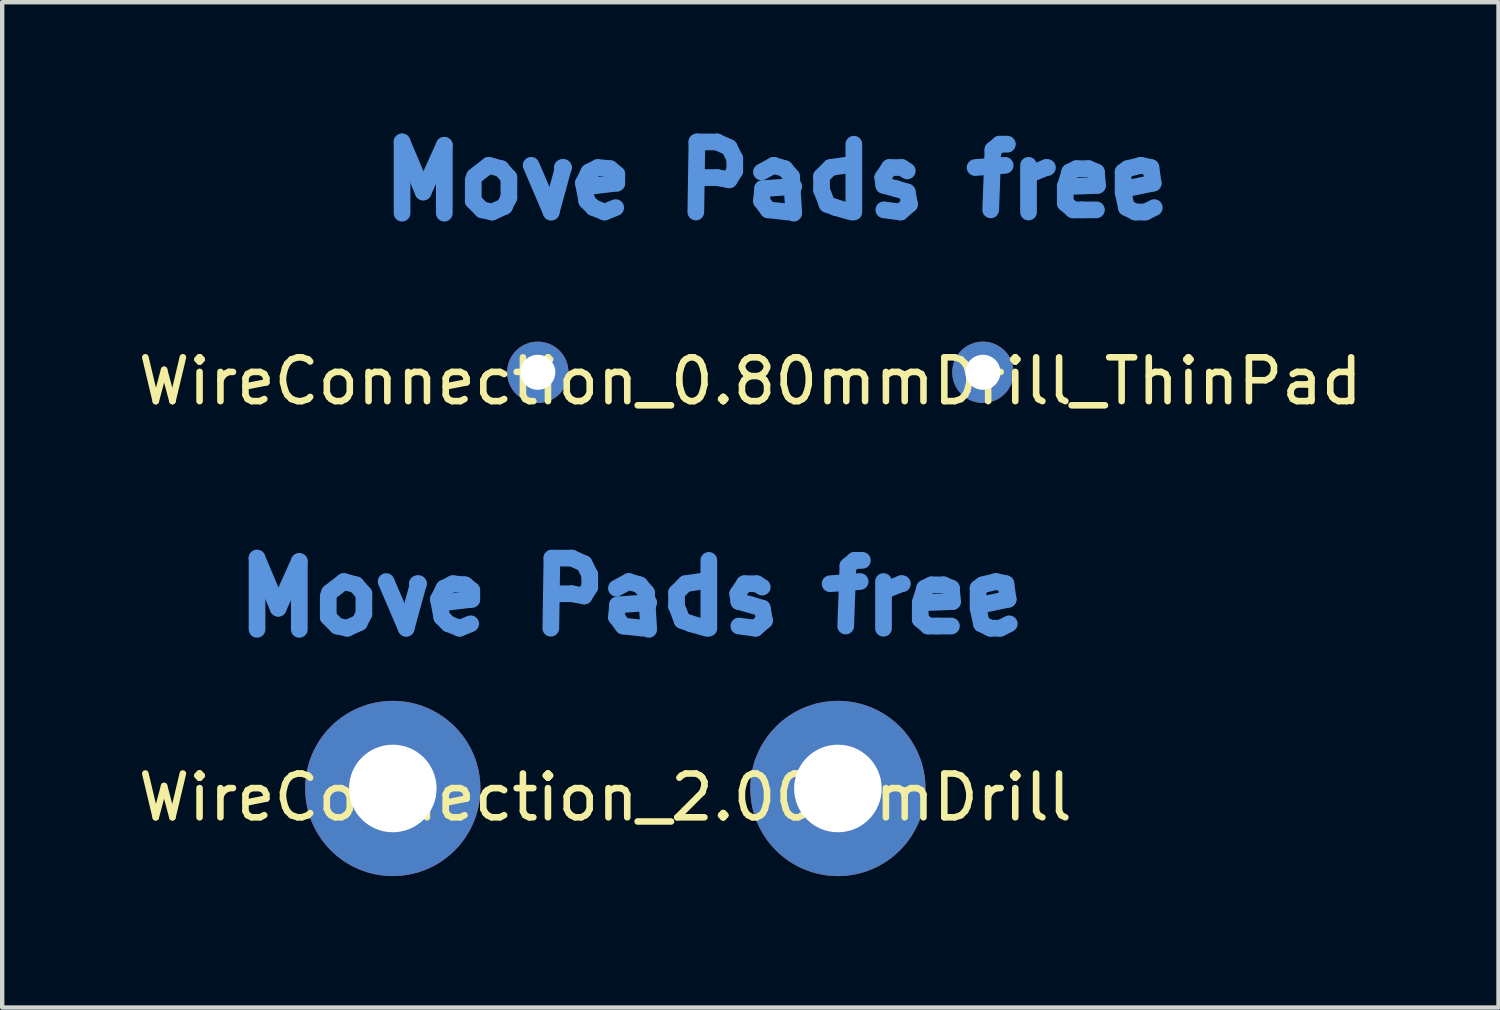
<source format=kicad_pcb>
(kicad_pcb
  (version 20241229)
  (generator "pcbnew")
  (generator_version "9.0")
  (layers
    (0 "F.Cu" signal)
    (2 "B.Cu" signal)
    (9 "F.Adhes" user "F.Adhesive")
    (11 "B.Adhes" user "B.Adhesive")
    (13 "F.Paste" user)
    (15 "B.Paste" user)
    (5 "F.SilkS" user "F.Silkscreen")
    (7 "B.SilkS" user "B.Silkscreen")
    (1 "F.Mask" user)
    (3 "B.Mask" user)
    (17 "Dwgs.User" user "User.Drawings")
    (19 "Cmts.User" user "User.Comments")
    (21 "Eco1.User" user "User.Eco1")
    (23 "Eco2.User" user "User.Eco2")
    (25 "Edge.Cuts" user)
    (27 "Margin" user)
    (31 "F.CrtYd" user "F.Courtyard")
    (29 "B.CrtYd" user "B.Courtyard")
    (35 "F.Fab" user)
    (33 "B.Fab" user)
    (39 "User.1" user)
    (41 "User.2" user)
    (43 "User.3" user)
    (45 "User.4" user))
  (footprint "WireConnection_2.00mmDrill"
    (layer "F.Cu")
    (at 5.916 14.948)
    (property "Reference" "WireConnection_2.00mmDrill" (at 4.851 0.203 0) (layer "F.SilkS") (effects (font (size 1 1) (thickness 0.15))))
    (attr through_hole)
    (fp_line (start -3.099 -5.258) (end -2.616 -4.115) (stroke (width 0.381) (type solid)) (layer "Cmts.User"))
    (fp_line (start -3.099 -3.632) (end -3.099 -5.258) (stroke (width 0.381) (type solid)) (layer "Cmts.User"))
    (fp_line (start -2.616 -4.115) (end -2.134 -5.182) (stroke (width 0.381) (type solid)) (layer "Cmts.User"))
    (fp_line (start -2.134 -5.182) (end -2.134 -3.632) (stroke (width 0.381) (type solid)) (layer "Cmts.User"))
    (fp_line (start -1.473 -4.394) (end -1.473 -3.912) (stroke (width 0.381) (type solid)) (layer "Cmts.User"))
    (fp_line (start -1.473 -3.912) (end -1.27 -3.708) (stroke (width 0.381) (type solid)) (layer "Cmts.User"))
    (fp_line (start -1.27 -3.708) (end -1.041 -3.658) (stroke (width 0.381) (type solid)) (layer "Cmts.User"))
    (fp_line (start -1.118 -4.724) (end -1.448 -4.47) (stroke (width 0.381) (type solid)) (layer "Cmts.User"))
    (fp_line (start -1.041 -3.658) (end -0.762 -3.785) (stroke (width 0.381) (type solid)) (layer "Cmts.User"))
    (fp_line (start -0.838 -4.648) (end -1.118 -4.724) (stroke (width 0.381) (type solid)) (layer "Cmts.User"))
    (fp_line (start -0.762 -3.785) (end -0.66 -3.988) (stroke (width 0.381) (type solid)) (layer "Cmts.User"))
    (fp_line (start -0.66 -4.445) (end -0.838 -4.648) (stroke (width 0.381) (type solid)) (layer "Cmts.User"))
    (fp_line (start -0.66 -3.988) (end -0.66 -4.445) (stroke (width 0.381) (type solid)) (layer "Cmts.User"))
    (fp_line (start -0.152 -4.724) (end 0.305 -3.658) (stroke (width 0.381) (type solid)) (layer "Cmts.User"))
    (fp_line (start 0.305 -3.658) (end 0.584 -4.674) (stroke (width 0.381) (type solid)) (layer "Cmts.User"))
    (fp_line (start 0.584 -4.674) (end 0.559 -4.674) (stroke (width 0.381) (type solid)) (layer "Cmts.User"))
    (fp_line (start 1.041 -4.318) (end 1.168 -4.572) (stroke (width 0.381) (type solid)) (layer "Cmts.User"))
    (fp_line (start 1.118 -3.912) (end 1.041 -4.318) (stroke (width 0.381) (type solid)) (layer "Cmts.User"))
    (fp_line (start 1.168 -4.572) (end 1.372 -4.674) (stroke (width 0.381) (type solid)) (layer "Cmts.User"))
    (fp_line (start 1.27 -3.759) (end 1.118 -3.912) (stroke (width 0.381) (type solid)) (layer "Cmts.User"))
    (fp_line (start 1.372 -4.674) (end 1.651 -4.648) (stroke (width 0.381) (type solid)) (layer "Cmts.User"))
    (fp_line (start 1.524 -3.658) (end 1.27 -3.759) (stroke (width 0.381) (type solid)) (layer "Cmts.User"))
    (fp_line (start 1.651 -4.648) (end 1.803 -4.521) (stroke (width 0.381) (type solid)) (layer "Cmts.User"))
    (fp_line (start 1.778 -3.759) (end 1.524 -3.658) (stroke (width 0.381) (type solid)) (layer "Cmts.User"))
    (fp_line (start 1.803 -4.521) (end 1.803 -4.318) (stroke (width 0.381) (type solid)) (layer "Cmts.User"))
    (fp_line (start 1.803 -4.318) (end 1.168 -4.242) (stroke (width 0.381) (type solid)) (layer "Cmts.User"))
    (fp_line (start 3.607 -3.658) (end 3.632 -5.258) (stroke (width 0.381) (type solid)) (layer "Cmts.User"))
    (fp_line (start 3.632 -5.258) (end 4.089 -5.258) (stroke (width 0.381) (type solid)) (layer "Cmts.User"))
    (fp_line (start 4.089 -5.258) (end 4.369 -5.131) (stroke (width 0.381) (type solid)) (layer "Cmts.User"))
    (fp_line (start 4.089 -4.445) (end 3.632 -4.445) (stroke (width 0.381) (type solid)) (layer "Cmts.User"))
    (fp_line (start 4.369 -5.131) (end 4.496 -4.877) (stroke (width 0.381) (type solid)) (layer "Cmts.User"))
    (fp_line (start 4.369 -4.394) (end 4.089 -4.445) (stroke (width 0.381) (type solid)) (layer "Cmts.User"))
    (fp_line (start 4.496 -4.877) (end 4.496 -4.597) (stroke (width 0.381) (type solid)) (layer "Cmts.User"))
    (fp_line (start 4.496 -4.597) (end 4.369 -4.394) (stroke (width 0.381) (type solid)) (layer "Cmts.User"))
    (fp_line (start 5.105 -4.572) (end 5.385 -4.724) (stroke (width 0.381) (type solid)) (layer "Cmts.User"))
    (fp_line (start 5.105 -3.912) (end 5.131 -4.191) (stroke (width 0.381) (type solid)) (layer "Cmts.User"))
    (fp_line (start 5.131 -4.191) (end 5.842 -4.242) (stroke (width 0.381) (type solid)) (layer "Cmts.User"))
    (fp_line (start 5.258 -3.708) (end 5.105 -3.912) (stroke (width 0.381) (type solid)) (layer "Cmts.User"))
    (fp_line (start 5.385 -4.724) (end 5.639 -4.648) (stroke (width 0.381) (type solid)) (layer "Cmts.User"))
    (fp_line (start 5.639 -4.648) (end 5.791 -4.47) (stroke (width 0.381) (type solid)) (layer "Cmts.User"))
    (fp_line (start 5.715 -3.658) (end 5.258 -3.708) (stroke (width 0.381) (type solid)) (layer "Cmts.User"))
    (fp_line (start 5.791 -4.47) (end 5.842 -3.632) (stroke (width 0.381) (type solid)) (layer "Cmts.User"))
    (fp_line (start 6.477 -4.47) (end 6.68 -4.674) (stroke (width 0.381) (type solid)) (layer "Cmts.User"))
    (fp_line (start 6.477 -4.166) (end 6.477 -4.47) (stroke (width 0.381) (type solid)) (layer "Cmts.User"))
    (fp_line (start 6.604 -3.835) (end 6.477 -4.166) (stroke (width 0.381) (type solid)) (layer "Cmts.User"))
    (fp_line (start 6.68 -4.674) (end 7.01 -4.724) (stroke (width 0.381) (type solid)) (layer "Cmts.User"))
    (fp_line (start 6.807 -3.759) (end 6.604 -3.835) (stroke (width 0.381) (type solid)) (layer "Cmts.User"))
    (fp_line (start 7.163 -3.658) (end 6.807 -3.759) (stroke (width 0.381) (type solid)) (layer "Cmts.User"))
    (fp_line (start 7.214 -5.207) (end 7.214 -3.658) (stroke (width 0.381) (type solid)) (layer "Cmts.User"))
    (fp_line (start 7.874 -4.445) (end 7.899 -4.267) (stroke (width 0.381) (type solid)) (layer "Cmts.User"))
    (fp_line (start 7.899 -4.267) (end 8.179 -4.191) (stroke (width 0.381) (type solid)) (layer "Cmts.User"))
    (fp_line (start 8.026 -4.674) (end 7.874 -4.445) (stroke (width 0.381) (type solid)) (layer "Cmts.User"))
    (fp_line (start 8.179 -4.191) (end 8.433 -4.115) (stroke (width 0.381) (type solid)) (layer "Cmts.User"))
    (fp_line (start 8.28 -3.658) (end 7.899 -3.708) (stroke (width 0.381) (type solid)) (layer "Cmts.User"))
    (fp_line (start 8.306 -4.674) (end 8.026 -4.674) (stroke (width 0.381) (type solid)) (layer "Cmts.User"))
    (fp_line (start 8.433 -4.597) (end 8.306 -4.674) (stroke (width 0.381) (type solid)) (layer "Cmts.User"))
    (fp_line (start 8.433 -4.115) (end 8.484 -3.835) (stroke (width 0.381) (type solid)) (layer "Cmts.User"))
    (fp_line (start 8.484 -3.835) (end 8.28 -3.658) (stroke (width 0.381) (type solid)) (layer "Cmts.User"))
    (fp_line (start 9.982 -4.674) (end 10.668 -4.724) (stroke (width 0.381) (type solid)) (layer "Cmts.User"))
    (fp_line (start 10.389 -5.08) (end 10.338 -3.708) (stroke (width 0.381) (type solid)) (layer "Cmts.User"))
    (fp_line (start 10.541 -5.207) (end 10.389 -5.08) (stroke (width 0.381) (type solid)) (layer "Cmts.User"))
    (fp_line (start 10.719 -5.207) (end 10.541 -5.207) (stroke (width 0.381) (type solid)) (layer "Cmts.User"))
    (fp_line (start 11.201 -4.724) (end 11.201 -3.658) (stroke (width 0.381) (type solid)) (layer "Cmts.User"))
    (fp_line (start 11.227 -4.521) (end 11.608 -4.674) (stroke (width 0.381) (type solid)) (layer "Cmts.User"))
    (fp_line (start 11.608 -4.674) (end 11.633 -4.674) (stroke (width 0.381) (type solid)) (layer "Cmts.User"))
    (fp_line (start 12.04 -4.242) (end 12.141 -4.572) (stroke (width 0.381) (type solid)) (layer "Cmts.User"))
    (fp_line (start 12.04 -3.861) (end 12.04 -4.242) (stroke (width 0.381) (type solid)) (layer "Cmts.User"))
    (fp_line (start 12.141 -4.572) (end 12.294 -4.648) (stroke (width 0.381) (type solid)) (layer "Cmts.User"))
    (fp_line (start 12.217 -3.708) (end 12.04 -3.861) (stroke (width 0.381) (type solid)) (layer "Cmts.User"))
    (fp_line (start 12.294 -4.648) (end 12.573 -4.648) (stroke (width 0.381) (type solid)) (layer "Cmts.User"))
    (fp_line (start 12.421 -3.708) (end 12.217 -3.708) (stroke (width 0.381) (type solid)) (layer "Cmts.User"))
    (fp_line (start 12.573 -4.648) (end 12.751 -4.572) (stroke (width 0.381) (type solid)) (layer "Cmts.User"))
    (fp_line (start 12.751 -4.572) (end 12.776 -4.267) (stroke (width 0.381) (type solid)) (layer "Cmts.User"))
    (fp_line (start 12.751 -3.708) (end 12.421 -3.708) (stroke (width 0.381) (type solid)) (layer "Cmts.User"))
    (fp_line (start 12.776 -4.267) (end 12.141 -4.242) (stroke (width 0.381) (type solid)) (layer "Cmts.User"))
    (fp_line (start 13.36 -4.572) (end 13.462 -4.648) (stroke (width 0.381) (type solid)) (layer "Cmts.User"))
    (fp_line (start 13.36 -4.115) (end 13.36 -4.572) (stroke (width 0.381) (type solid)) (layer "Cmts.User"))
    (fp_line (start 13.437 -4.191) (end 13.437 -4.242) (stroke (width 0.381) (type solid)) (layer "Cmts.User"))
    (fp_line (start 13.437 -3.759) (end 13.36 -4.115) (stroke (width 0.381) (type solid)) (layer "Cmts.User"))
    (fp_line (start 13.462 -4.648) (end 13.767 -4.724) (stroke (width 0.381) (type solid)) (layer "Cmts.User"))
    (fp_line (start 13.64 -3.658) (end 13.437 -3.759) (stroke (width 0.381) (type solid)) (layer "Cmts.User"))
    (fp_line (start 13.767 -4.724) (end 13.995 -4.674) (stroke (width 0.381) (type solid)) (layer "Cmts.User"))
    (fp_line (start 13.868 -3.658) (end 13.64 -3.658) (stroke (width 0.381) (type solid)) (layer "Cmts.User"))
    (fp_line (start 13.995 -4.674) (end 14.046 -4.318) (stroke (width 0.381) (type solid)) (layer "Cmts.User"))
    (fp_line (start 14.046 -4.318) (end 13.437 -4.191) (stroke (width 0.381) (type solid)) (layer "Cmts.User"))
    (fp_line (start 14.072 -3.759) (end 13.868 -3.658) (stroke (width 0.381) (type solid)) (layer "Cmts.User"))
    (pad "1" thru_hole circle (at 0 0) (size 4 4) (drill 1.999) (layers "*.Cu" "*.Mask"))
    (pad "2" thru_hole circle (at 10.16 0) (size 4 4) (drill 1.999) (layers "*.Cu" "*.Mask")))
  (footprint "WireConnection_0.80mmDrill_ThinPad"
    (layer "F.Cu")
    (at 9.226 5.448)
    (property "Reference" "WireConnection_0.80mmDrill_ThinPad" (at 4.851 0.203 0) (layer "F.SilkS") (effects (font (size 1 1) (thickness 0.15))))
    (attr through_hole)
    (fp_line (start -3.099 -5.258) (end -2.616 -4.115) (stroke (width 0.381) (type solid)) (layer "Cmts.User"))
    (fp_line (start -3.099 -3.632) (end -3.099 -5.258) (stroke (width 0.381) (type solid)) (layer "Cmts.User"))
    (fp_line (start -2.616 -4.115) (end -2.134 -5.182) (stroke (width 0.381) (type solid)) (layer "Cmts.User"))
    (fp_line (start -2.134 -5.182) (end -2.134 -3.632) (stroke (width 0.381) (type solid)) (layer "Cmts.User"))
    (fp_line (start -1.473 -4.394) (end -1.473 -3.912) (stroke (width 0.381) (type solid)) (layer "Cmts.User"))
    (fp_line (start -1.473 -3.912) (end -1.27 -3.708) (stroke (width 0.381) (type solid)) (layer "Cmts.User"))
    (fp_line (start -1.27 -3.708) (end -1.041 -3.658) (stroke (width 0.381) (type solid)) (layer "Cmts.User"))
    (fp_line (start -1.118 -4.724) (end -1.448 -4.47) (stroke (width 0.381) (type solid)) (layer "Cmts.User"))
    (fp_line (start -1.041 -3.658) (end -0.762 -3.785) (stroke (width 0.381) (type solid)) (layer "Cmts.User"))
    (fp_line (start -0.838 -4.648) (end -1.118 -4.724) (stroke (width 0.381) (type solid)) (layer "Cmts.User"))
    (fp_line (start -0.762 -3.785) (end -0.66 -3.988) (stroke (width 0.381) (type solid)) (layer "Cmts.User"))
    (fp_line (start -0.66 -4.445) (end -0.838 -4.648) (stroke (width 0.381) (type solid)) (layer "Cmts.User"))
    (fp_line (start -0.66 -3.988) (end -0.66 -4.445) (stroke (width 0.381) (type solid)) (layer "Cmts.User"))
    (fp_line (start -0.152 -4.724) (end 0.305 -3.658) (stroke (width 0.381) (type solid)) (layer "Cmts.User"))
    (fp_line (start 0.305 -3.658) (end 0.584 -4.674) (stroke (width 0.381) (type solid)) (layer "Cmts.User"))
    (fp_line (start 0.584 -4.674) (end 0.559 -4.674) (stroke (width 0.381) (type solid)) (layer "Cmts.User"))
    (fp_line (start 1.041 -4.318) (end 1.168 -4.572) (stroke (width 0.381) (type solid)) (layer "Cmts.User"))
    (fp_line (start 1.118 -3.912) (end 1.041 -4.318) (stroke (width 0.381) (type solid)) (layer "Cmts.User"))
    (fp_line (start 1.168 -4.572) (end 1.372 -4.674) (stroke (width 0.381) (type solid)) (layer "Cmts.User"))
    (fp_line (start 1.27 -3.759) (end 1.118 -3.912) (stroke (width 0.381) (type solid)) (layer "Cmts.User"))
    (fp_line (start 1.372 -4.674) (end 1.651 -4.648) (stroke (width 0.381) (type solid)) (layer "Cmts.User"))
    (fp_line (start 1.524 -3.658) (end 1.27 -3.759) (stroke (width 0.381) (type solid)) (layer "Cmts.User"))
    (fp_line (start 1.651 -4.648) (end 1.803 -4.521) (stroke (width 0.381) (type solid)) (layer "Cmts.User"))
    (fp_line (start 1.778 -3.759) (end 1.524 -3.658) (stroke (width 0.381) (type solid)) (layer "Cmts.User"))
    (fp_line (start 1.803 -4.521) (end 1.803 -4.318) (stroke (width 0.381) (type solid)) (layer "Cmts.User"))
    (fp_line (start 1.803 -4.318) (end 1.168 -4.242) (stroke (width 0.381) (type solid)) (layer "Cmts.User"))
    (fp_line (start 3.607 -3.658) (end 3.632 -5.258) (stroke (width 0.381) (type solid)) (layer "Cmts.User"))
    (fp_line (start 3.632 -5.258) (end 4.089 -5.258) (stroke (width 0.381) (type solid)) (layer "Cmts.User"))
    (fp_line (start 4.089 -5.258) (end 4.369 -5.131) (stroke (width 0.381) (type solid)) (layer "Cmts.User"))
    (fp_line (start 4.089 -4.445) (end 3.632 -4.445) (stroke (width 0.381) (type solid)) (layer "Cmts.User"))
    (fp_line (start 4.369 -5.131) (end 4.496 -4.877) (stroke (width 0.381) (type solid)) (layer "Cmts.User"))
    (fp_line (start 4.369 -4.394) (end 4.089 -4.445) (stroke (width 0.381) (type solid)) (layer "Cmts.User"))
    (fp_line (start 4.496 -4.877) (end 4.496 -4.597) (stroke (width 0.381) (type solid)) (layer "Cmts.User"))
    (fp_line (start 4.496 -4.597) (end 4.369 -4.394) (stroke (width 0.381) (type solid)) (layer "Cmts.User"))
    (fp_line (start 5.105 -4.572) (end 5.385 -4.724) (stroke (width 0.381) (type solid)) (layer "Cmts.User"))
    (fp_line (start 5.105 -3.912) (end 5.131 -4.191) (stroke (width 0.381) (type solid)) (layer "Cmts.User"))
    (fp_line (start 5.131 -4.191) (end 5.842 -4.242) (stroke (width 0.381) (type solid)) (layer "Cmts.User"))
    (fp_line (start 5.258 -3.708) (end 5.105 -3.912) (stroke (width 0.381) (type solid)) (layer "Cmts.User"))
    (fp_line (start 5.385 -4.724) (end 5.639 -4.648) (stroke (width 0.381) (type solid)) (layer "Cmts.User"))
    (fp_line (start 5.639 -4.648) (end 5.791 -4.47) (stroke (width 0.381) (type solid)) (layer "Cmts.User"))
    (fp_line (start 5.715 -3.658) (end 5.258 -3.708) (stroke (width 0.381) (type solid)) (layer "Cmts.User"))
    (fp_line (start 5.791 -4.47) (end 5.842 -3.632) (stroke (width 0.381) (type solid)) (layer "Cmts.User"))
    (fp_line (start 6.477 -4.47) (end 6.68 -4.674) (stroke (width 0.381) (type solid)) (layer "Cmts.User"))
    (fp_line (start 6.477 -4.166) (end 6.477 -4.47) (stroke (width 0.381) (type solid)) (layer "Cmts.User"))
    (fp_line (start 6.604 -3.835) (end 6.477 -4.166) (stroke (width 0.381) (type solid)) (layer "Cmts.User"))
    (fp_line (start 6.68 -4.674) (end 7.01 -4.724) (stroke (width 0.381) (type solid)) (layer "Cmts.User"))
    (fp_line (start 6.807 -3.759) (end 6.604 -3.835) (stroke (width 0.381) (type solid)) (layer "Cmts.User"))
    (fp_line (start 7.163 -3.658) (end 6.807 -3.759) (stroke (width 0.381) (type solid)) (layer "Cmts.User"))
    (fp_line (start 7.214 -5.207) (end 7.214 -3.658) (stroke (width 0.381) (type solid)) (layer "Cmts.User"))
    (fp_line (start 7.874 -4.445) (end 7.899 -4.267) (stroke (width 0.381) (type solid)) (layer "Cmts.User"))
    (fp_line (start 7.899 -4.267) (end 8.179 -4.191) (stroke (width 0.381) (type solid)) (layer "Cmts.User"))
    (fp_line (start 8.026 -4.674) (end 7.874 -4.445) (stroke (width 0.381) (type solid)) (layer "Cmts.User"))
    (fp_line (start 8.179 -4.191) (end 8.433 -4.115) (stroke (width 0.381) (type solid)) (layer "Cmts.User"))
    (fp_line (start 8.28 -3.658) (end 7.899 -3.708) (stroke (width 0.381) (type solid)) (layer "Cmts.User"))
    (fp_line (start 8.306 -4.674) (end 8.026 -4.674) (stroke (width 0.381) (type solid)) (layer "Cmts.User"))
    (fp_line (start 8.433 -4.597) (end 8.306 -4.674) (stroke (width 0.381) (type solid)) (layer "Cmts.User"))
    (fp_line (start 8.433 -4.115) (end 8.484 -3.835) (stroke (width 0.381) (type solid)) (layer "Cmts.User"))
    (fp_line (start 8.484 -3.835) (end 8.28 -3.658) (stroke (width 0.381) (type solid)) (layer "Cmts.User"))
    (fp_line (start 9.982 -4.674) (end 10.668 -4.724) (stroke (width 0.381) (type solid)) (layer "Cmts.User"))
    (fp_line (start 10.389 -5.08) (end 10.338 -3.708) (stroke (width 0.381) (type solid)) (layer "Cmts.User"))
    (fp_line (start 10.541 -5.207) (end 10.389 -5.08) (stroke (width 0.381) (type solid)) (layer "Cmts.User"))
    (fp_line (start 10.719 -5.207) (end 10.541 -5.207) (stroke (width 0.381) (type solid)) (layer "Cmts.User"))
    (fp_line (start 11.201 -4.724) (end 11.201 -3.658) (stroke (width 0.381) (type solid)) (layer "Cmts.User"))
    (fp_line (start 11.227 -4.521) (end 11.608 -4.674) (stroke (width 0.381) (type solid)) (layer "Cmts.User"))
    (fp_line (start 11.608 -4.674) (end 11.633 -4.674) (stroke (width 0.381) (type solid)) (layer "Cmts.User"))
    (fp_line (start 12.04 -4.242) (end 12.141 -4.572) (stroke (width 0.381) (type solid)) (layer "Cmts.User"))
    (fp_line (start 12.04 -3.861) (end 12.04 -4.242) (stroke (width 0.381) (type solid)) (layer "Cmts.User"))
    (fp_line (start 12.141 -4.572) (end 12.294 -4.648) (stroke (width 0.381) (type solid)) (layer "Cmts.User"))
    (fp_line (start 12.217 -3.708) (end 12.04 -3.861) (stroke (width 0.381) (type solid)) (layer "Cmts.User"))
    (fp_line (start 12.294 -4.648) (end 12.573 -4.648) (stroke (width 0.381) (type solid)) (layer "Cmts.User"))
    (fp_line (start 12.421 -3.708) (end 12.217 -3.708) (stroke (width 0.381) (type solid)) (layer "Cmts.User"))
    (fp_line (start 12.573 -4.648) (end 12.751 -4.572) (stroke (width 0.381) (type solid)) (layer "Cmts.User"))
    (fp_line (start 12.751 -4.572) (end 12.776 -4.267) (stroke (width 0.381) (type solid)) (layer "Cmts.User"))
    (fp_line (start 12.751 -3.708) (end 12.421 -3.708) (stroke (width 0.381) (type solid)) (layer "Cmts.User"))
    (fp_line (start 12.776 -4.267) (end 12.141 -4.242) (stroke (width 0.381) (type solid)) (layer "Cmts.User"))
    (fp_line (start 13.36 -4.572) (end 13.462 -4.648) (stroke (width 0.381) (type solid)) (layer "Cmts.User"))
    (fp_line (start 13.36 -4.115) (end 13.36 -4.572) (stroke (width 0.381) (type solid)) (layer "Cmts.User"))
    (fp_line (start 13.437 -4.191) (end 13.437 -4.242) (stroke (width 0.381) (type solid)) (layer "Cmts.User"))
    (fp_line (start 13.437 -3.759) (end 13.36 -4.115) (stroke (width 0.381) (type solid)) (layer "Cmts.User"))
    (fp_line (start 13.462 -4.648) (end 13.767 -4.724) (stroke (width 0.381) (type solid)) (layer "Cmts.User"))
    (fp_line (start 13.64 -3.658) (end 13.437 -3.759) (stroke (width 0.381) (type solid)) (layer "Cmts.User"))
    (fp_line (start 13.767 -4.724) (end 13.995 -4.674) (stroke (width 0.381) (type solid)) (layer "Cmts.User"))
    (fp_line (start 13.868 -3.658) (end 13.64 -3.658) (stroke (width 0.381) (type solid)) (layer "Cmts.User"))
    (fp_line (start 13.995 -4.674) (end 14.046 -4.318) (stroke (width 0.381) (type solid)) (layer "Cmts.User"))
    (fp_line (start 14.046 -4.318) (end 13.437 -4.191) (stroke (width 0.381) (type solid)) (layer "Cmts.User"))
    (fp_line (start 14.072 -3.759) (end 13.868 -3.658) (stroke (width 0.381) (type solid)) (layer "Cmts.User"))
    (pad "1" thru_hole circle (at 0 0) (size 1.4 1.4) (drill 0.8) (layers "*.Cu" "*.Mask"))
    (pad "2" thru_hole circle (at 10.16 0) (size 1.4 1.4) (drill 0.8) (layers "*.Cu" "*.Mask")))
  (gr_rect
    (start -3 -3)
    (end 31.155 19.948)
    (stroke (width 0.1) (type default))
    (fill no)
    (layer "Edge.Cuts")))
</source>
